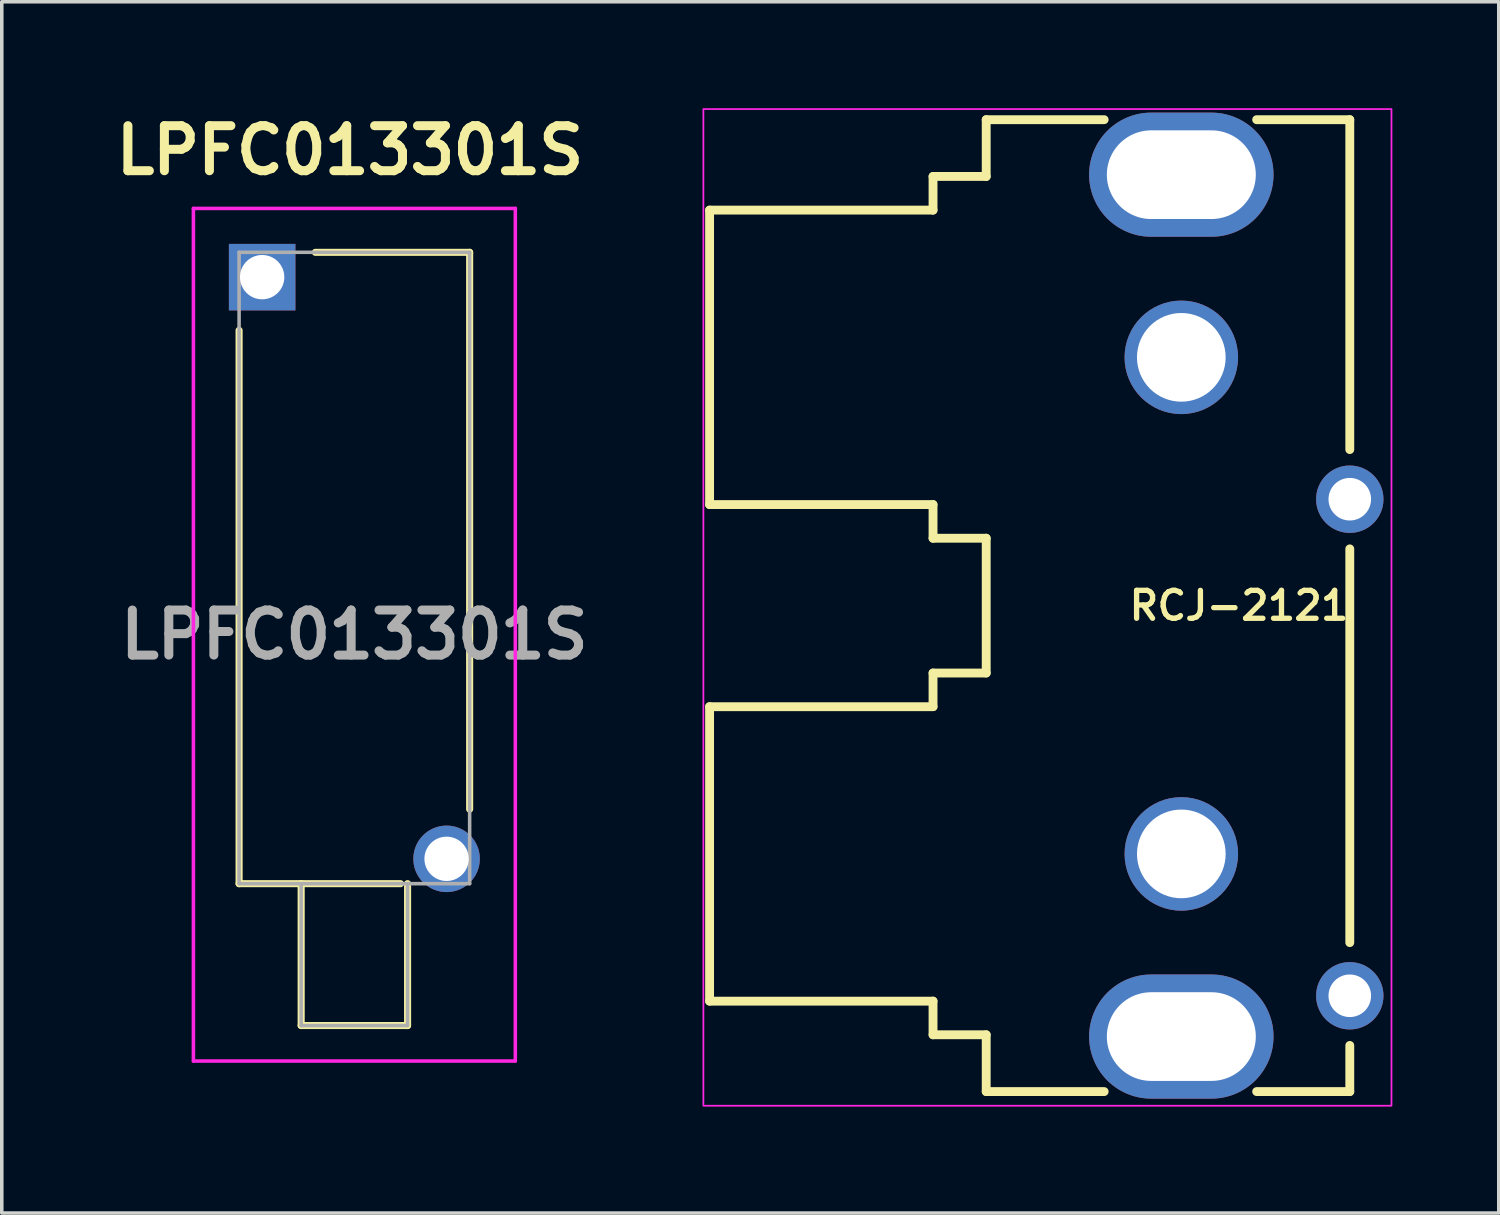
<source format=kicad_pcb>
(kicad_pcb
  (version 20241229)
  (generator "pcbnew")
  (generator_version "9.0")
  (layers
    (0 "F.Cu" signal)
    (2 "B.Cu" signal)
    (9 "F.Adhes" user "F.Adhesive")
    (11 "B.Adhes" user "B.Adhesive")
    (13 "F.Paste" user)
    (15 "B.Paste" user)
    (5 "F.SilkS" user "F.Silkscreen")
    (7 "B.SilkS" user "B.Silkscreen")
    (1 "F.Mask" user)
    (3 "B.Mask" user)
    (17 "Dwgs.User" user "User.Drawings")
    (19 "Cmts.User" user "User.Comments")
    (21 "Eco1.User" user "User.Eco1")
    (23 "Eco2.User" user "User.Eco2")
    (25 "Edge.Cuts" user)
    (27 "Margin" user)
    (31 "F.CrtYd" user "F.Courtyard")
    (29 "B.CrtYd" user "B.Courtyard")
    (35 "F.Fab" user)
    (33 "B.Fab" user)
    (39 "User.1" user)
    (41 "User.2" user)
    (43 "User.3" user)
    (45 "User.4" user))
  (footprint "LPFC013301S"
    (layer "F.Cu")
    (at 4.341 4.764)
    (property "Reference" "LPFC013301S" (at 2.475 -3.575 0) (layer "F.SilkS") (effects (font (size 1.27 1.27) (thickness 0.254))))
    (attr through_hole)
    (fp_line (start -0.65 17.1) (end -0.65 1.5) (stroke (width 0.2) (type solid)) (layer "F.SilkS"))
    (fp_line (start 1.1 17.1) (end 1.1 21.1) (stroke (width 0.2) (type solid)) (layer "F.SilkS"))
    (fp_line (start 1.1 21.1) (end 4.1 21.1) (stroke (width 0.2) (type solid)) (layer "F.SilkS"))
    (fp_line (start 1.5 -0.7) (end 5.85 -0.7) (stroke (width 0.2) (type solid)) (layer "F.SilkS"))
    (fp_line (start 3.9 17.1) (end -0.65 17.1) (stroke (width 0.2) (type solid)) (layer "F.SilkS"))
    (fp_line (start 4.1 21.1) (end 4.1 17.1) (stroke (width 0.2) (type solid)) (layer "F.SilkS"))
    (fp_line (start 5.85 -0.7) (end 5.85 15) (stroke (width 0.2) (type solid)) (layer "F.SilkS"))
    (fp_line (start -1.938 -1.938) (end -1.938 22.1) (stroke (width 0.1) (type solid)) (layer "F.CrtYd"))
    (fp_line (start -1.938 22.1) (end 7.138 22.1) (stroke (width 0.1) (type solid)) (layer "F.CrtYd"))
    (fp_line (start 7.138 -1.938) (end -1.938 -1.938) (stroke (width 0.1) (type solid)) (layer "F.CrtYd"))
    (fp_line (start 7.138 22.1) (end 7.138 -1.938) (stroke (width 0.1) (type solid)) (layer "F.CrtYd"))
    (fp_line (start -0.65 -0.7) (end -0.65 17.1) (stroke (width 0.1) (type solid)) (layer "F.Fab"))
    (fp_line (start -0.65 17.1) (end 5.85 17.1) (stroke (width 0.1) (type solid)) (layer "F.Fab"))
    (fp_line (start 1.1 17.1) (end 1.1 21.1) (stroke (width 0.1) (type solid)) (layer "F.Fab"))
    (fp_line (start 1.1 21.1) (end 4.1 21.1) (stroke (width 0.1) (type solid)) (layer "F.Fab"))
    (fp_line (start 4.1 21.1) (end 4.1 17.1) (stroke (width 0.1) (type solid)) (layer "F.Fab"))
    (fp_line (start 5.85 -0.7) (end -0.65 -0.7) (stroke (width 0.1) (type solid)) (layer "F.Fab"))
    (fp_line (start 5.85 17.1) (end 5.85 -0.7) (stroke (width 0.1) (type solid)) (layer "F.Fab"))
    (fp_text user "${REFERENCE}" (at 2.6 10.081 0) (layer "F.Fab") (effects (font (size 1.27 1.27) (thickness 0.254))))
    (pad "1" thru_hole rect (at 0 0) (size 1.875 1.875) (drill 1.25) (layers "*.Cu" "*.Mask"))
    (pad "2" thru_hole circle (at 5.2 16.4) (size 1.875 1.875) (drill 1.25) (layers "*.Cu" "*.Mask")))
  (footprint "RCJ-2121"
    (layer "F.Cu")
    (at 31.881 14.025)
    (property "Reference" "RCJ-2121" (at 0 0 0) (layer "F.SilkS") (effects (font (size 0.787 0.787) (thickness 0.15))))
    (attr through_hole)
    (fp_poly (pts (xy -2.475 -13.852) (xy -2.741 -13.831) (xy -3.001 -13.768) (xy -3.248 -13.666) (xy -3.475 -13.527) (xy -3.678 -13.353) (xy -3.852 -13.15) (xy -3.991 -12.923) (xy -4.093 -12.676) (xy -4.156 -12.416) (xy -4.177 -12.15) (xy -4.156 -11.884) (xy -4.093 -11.624) (xy -3.991 -11.377) (xy -3.852 -11.15) (xy -3.678 -10.947) (xy -3.475 -10.773) (xy -3.248 -10.634) (xy -3.001 -10.532) (xy -2.741 -10.469) (xy -2.475 -10.448) (xy -0.775 -10.448) (xy -0.509 -10.469) (xy -0.249 -10.532) (xy -0.002 -10.634) (xy 0.225 -10.773) (xy 0.428 -10.947) (xy 0.602 -11.15) (xy 0.741 -11.377) (xy 0.843 -11.624) (xy 0.906 -11.884) (xy 0.927 -12.15) (xy 0.906 -12.416) (xy 0.843 -12.676) (xy 0.741 -12.923) (xy 0.602 -13.15) (xy 0.428 -13.353) (xy 0.225 -13.527) (xy -0.002 -13.666) (xy -0.249 -13.768) (xy -0.509 -13.831) (xy -0.775 -13.852)) (stroke (width 0.002) (type solid)) (fill yes) (layer "F.Mask"))
    (fp_poly (pts (xy -2.475 10.448) (xy -2.741 10.469) (xy -3.001 10.532) (xy -3.248 10.634) (xy -3.475 10.773) (xy -3.678 10.947) (xy -3.852 11.15) (xy -3.991 11.377) (xy -4.093 11.624) (xy -4.156 11.884) (xy -4.177 12.15) (xy -4.156 12.416) (xy -4.093 12.676) (xy -3.991 12.923) (xy -3.852 13.15) (xy -3.678 13.353) (xy -3.475 13.527) (xy -3.248 13.666) (xy -3.001 13.768) (xy -2.741 13.831) (xy -2.475 13.852) (xy -0.775 13.852) (xy -0.509 13.831) (xy -0.249 13.768) (xy -0.002 13.666) (xy 0.225 13.527) (xy 0.428 13.353) (xy 0.602 13.15) (xy 0.741 12.923) (xy 0.843 12.676) (xy 0.906 12.416) (xy 0.927 12.15) (xy 0.906 11.884) (xy 0.843 11.624) (xy 0.741 11.377) (xy 0.602 11.15) (xy 0.428 10.947) (xy 0.225 10.773) (xy -0.002 10.634) (xy -0.249 10.532) (xy -0.509 10.469) (xy -0.775 10.448)) (stroke (width 0.002) (type solid)) (fill yes) (layer "F.Mask"))
    (fp_poly (pts (xy -2.475 -13.852) (xy -2.741 -13.831) (xy -3.001 -13.768) (xy -3.248 -13.666) (xy -3.475 -13.527) (xy -3.678 -13.353) (xy -3.852 -13.15) (xy -3.991 -12.923) (xy -4.093 -12.676) (xy -4.156 -12.416) (xy -4.177 -12.15) (xy -4.156 -11.884) (xy -4.093 -11.624) (xy -3.991 -11.377) (xy -3.852 -11.15) (xy -3.678 -10.947) (xy -3.475 -10.773) (xy -3.248 -10.634) (xy -3.001 -10.532) (xy -2.741 -10.469) (xy -2.475 -10.448) (xy -0.775 -10.448) (xy -0.509 -10.469) (xy -0.249 -10.532) (xy -0.002 -10.634) (xy 0.225 -10.773) (xy 0.428 -10.947) (xy 0.602 -11.15) (xy 0.741 -11.377) (xy 0.843 -11.624) (xy 0.906 -11.884) (xy 0.927 -12.15) (xy 0.906 -12.416) (xy 0.843 -12.676) (xy 0.741 -12.923) (xy 0.602 -13.15) (xy 0.428 -13.353) (xy 0.225 -13.527) (xy -0.002 -13.666) (xy -0.249 -13.768) (xy -0.509 -13.831) (xy -0.775 -13.852)) (stroke (width 0.002) (type solid)) (fill yes) (layer "B.Mask"))
    (fp_poly (pts (xy -2.475 10.448) (xy -2.741 10.469) (xy -3.001 10.532) (xy -3.248 10.634) (xy -3.475 10.773) (xy -3.678 10.947) (xy -3.852 11.15) (xy -3.991 11.377) (xy -4.093 11.624) (xy -4.156 11.884) (xy -4.177 12.15) (xy -4.156 12.416) (xy -4.093 12.676) (xy -3.991 12.923) (xy -3.852 13.15) (xy -3.678 13.353) (xy -3.475 13.527) (xy -3.248 13.666) (xy -3.001 13.768) (xy -2.741 13.831) (xy -2.475 13.852) (xy -0.775 13.852) (xy -0.509 13.831) (xy -0.249 13.768) (xy -0.002 13.666) (xy 0.225 13.527) (xy 0.428 13.353) (xy 0.602 13.15) (xy 0.741 12.923) (xy 0.843 12.676) (xy 0.906 12.416) (xy 0.927 12.15) (xy 0.906 11.884) (xy 0.843 11.624) (xy 0.741 11.377) (xy 0.602 11.15) (xy 0.428 10.947) (xy 0.225 10.773) (xy -0.002 10.634) (xy -0.249 10.532) (xy -0.509 10.469) (xy -0.775 10.448)) (stroke (width 0.002) (type solid)) (fill yes) (layer "B.Mask"))
    (fp_line (start -14.925 -11.151) (end -8.625 -11.151) (stroke (width 0.25) (type solid)) (layer "F.SilkS"))
    (fp_line (start -14.925 -2.849) (end -14.925 -11.151) (stroke (width 0.25) (type solid)) (layer "F.SilkS"))
    (fp_line (start -14.925 -2.849) (end -8.625 -2.849) (stroke (width 0.25) (type solid)) (layer "F.SilkS"))
    (fp_line (start -14.925 2.849) (end -8.625 2.849) (stroke (width 0.25) (type solid)) (layer "F.SilkS"))
    (fp_line (start -14.925 11.151) (end -14.925 2.849) (stroke (width 0.25) (type solid)) (layer "F.SilkS"))
    (fp_line (start -14.925 11.151) (end -8.625 11.151) (stroke (width 0.25) (type solid)) (layer "F.SilkS"))
    (fp_line (start -8.625 -12.1) (end -7.126 -12.1) (stroke (width 0.25) (type solid)) (layer "F.SilkS"))
    (fp_line (start -8.625 -11.151) (end -8.625 -12.1) (stroke (width 0.25) (type solid)) (layer "F.SilkS"))
    (fp_line (start -8.625 -2.849) (end -8.625 -1.9) (stroke (width 0.25) (type solid)) (layer "F.SilkS"))
    (fp_line (start -8.625 -1.9) (end -7.126 -1.9) (stroke (width 0.25) (type solid)) (layer "F.SilkS"))
    (fp_line (start -8.625 1.9) (end -7.126 1.9) (stroke (width 0.25) (type solid)) (layer "F.SilkS"))
    (fp_line (start -8.625 2.849) (end -8.625 1.9) (stroke (width 0.25) (type solid)) (layer "F.SilkS"))
    (fp_line (start -8.625 11.151) (end -8.625 12.1) (stroke (width 0.25) (type solid)) (layer "F.SilkS"))
    (fp_line (start -8.625 12.1) (end -7.126 12.1) (stroke (width 0.25) (type solid)) (layer "F.SilkS"))
    (fp_line (start -7.126 -12.1) (end -7.126 -13.701) (stroke (width 0.25) (type solid)) (layer "F.SilkS"))
    (fp_line (start -7.126 1.9) (end -7.126 -1.9) (stroke (width 0.25) (type solid)) (layer "F.SilkS"))
    (fp_line (start -7.126 13.701) (end -7.126 12.1) (stroke (width 0.25) (type solid)) (layer "F.SilkS"))
    (fp_line (start -3.8 -13.701) (end -7.126 -13.701) (stroke (width 0.25) (type solid)) (layer "F.SilkS"))
    (fp_line (start -3.8 13.701) (end -7.126 13.701) (stroke (width 0.25) (type solid)) (layer "F.SilkS"))
    (fp_line (start 0.499 -13.701) (end 3.125 -13.701) (stroke (width 0.25) (type solid)) (layer "F.SilkS"))
    (fp_line (start 0.499 13.701) (end 3.125 13.701) (stroke (width 0.25) (type solid)) (layer "F.SilkS"))
    (fp_line (start 3.125 -4.4) (end 3.125 -13.701) (stroke (width 0.25) (type solid)) (layer "F.SilkS"))
    (fp_line (start 3.125 9.501) (end 3.125 -1.6) (stroke (width 0.25) (type solid)) (layer "F.SilkS"))
    (fp_line (start 3.125 13.701) (end 3.125 12.4) (stroke (width 0.25) (type solid)) (layer "F.SilkS"))
    (fp_rect (start -15.1 -14) (end 4.3 14.1) (stroke (width 0.05) (type default)) (fill no) (layer "F.CrtYd"))
    (pad "1" thru_hole circle (at -1.625 -7) (size 3.2 3.2) (drill 2.5) (layers "*.Cu" "*.Mask"))
    (pad "2" thru_hole circle (at 3.125 -3) (size 1.9 1.9) (drill 1.2) (layers "*.Cu" "*.Mask"))
    (pad "3" thru_hole circle (at -1.625 7) (size 3.2 3.2) (drill 2.5) (layers "*.Cu" "*.Mask"))
    (pad "4" thru_hole circle (at 3.125 11) (size 1.9 1.9) (drill 1.2) (layers "*.Cu" "*.Mask"))
    (pad "5" thru_hole oval (at -1.625 12.15) (size 5.2 3.5) (drill oval 4.2 2.5) (layers "*.Cu"))
    (pad "6" thru_hole oval (at -1.625 -12.15) (size 5.2 3.5) (drill oval 4.2 2.5) (layers "*.Cu")))
  (gr_rect
    (start -3 -3)
    (end 39.206 31.15)
    (stroke (width 0.1) (type default))
    (fill no)
    (layer "Edge.Cuts")))
</source>
